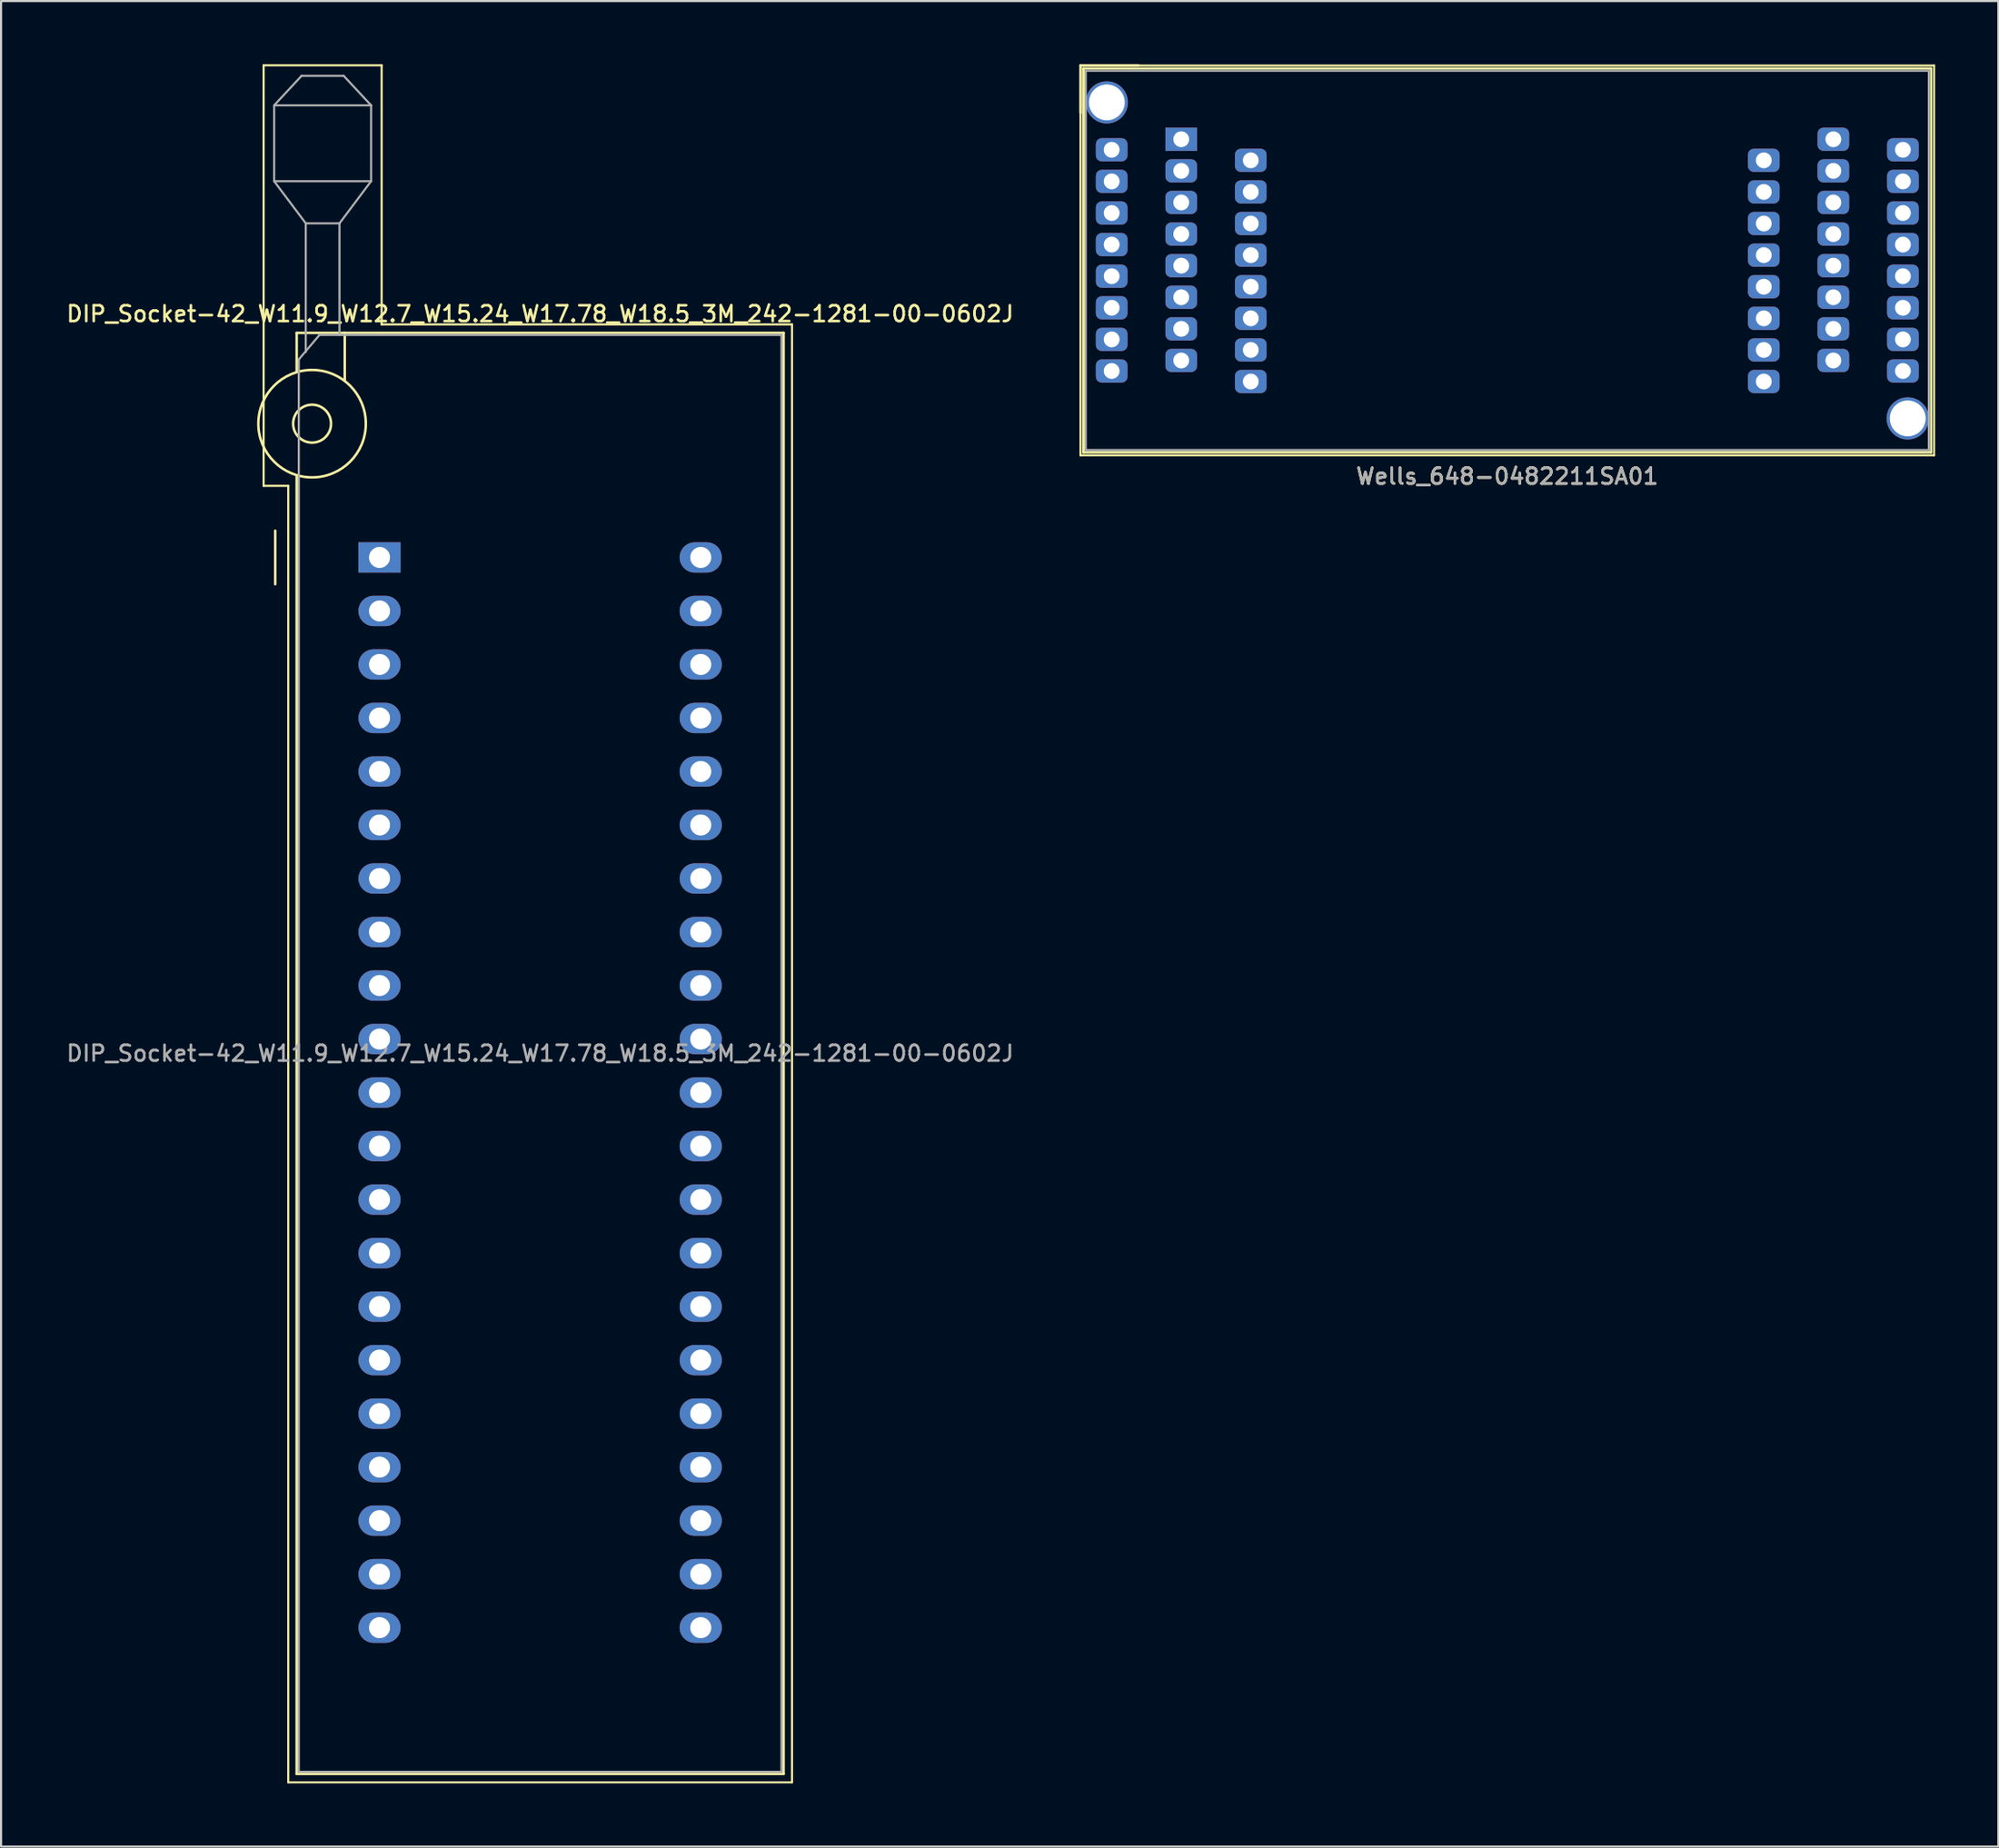
<source format=kicad_pcb>
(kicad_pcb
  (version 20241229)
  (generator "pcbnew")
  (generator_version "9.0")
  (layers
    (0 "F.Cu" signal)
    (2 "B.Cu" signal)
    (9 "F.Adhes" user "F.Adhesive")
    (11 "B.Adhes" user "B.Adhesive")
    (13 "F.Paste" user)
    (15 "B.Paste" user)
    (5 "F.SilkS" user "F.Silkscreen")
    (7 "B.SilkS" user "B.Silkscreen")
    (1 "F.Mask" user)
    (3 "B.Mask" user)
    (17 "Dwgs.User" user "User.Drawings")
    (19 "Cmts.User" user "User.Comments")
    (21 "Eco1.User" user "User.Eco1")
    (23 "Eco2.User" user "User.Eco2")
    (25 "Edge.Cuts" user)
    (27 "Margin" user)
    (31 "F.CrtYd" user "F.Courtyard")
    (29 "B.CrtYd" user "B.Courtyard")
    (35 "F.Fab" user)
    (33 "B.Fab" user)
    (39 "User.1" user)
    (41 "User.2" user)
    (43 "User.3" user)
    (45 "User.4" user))
  (footprint "Wells_648-0482211SA01"
    (layer "F.Cu")
    (at 52.994 3.56)
    (property "Reference" "Wells_648-0482211SA01" (at 15.47 16 0) (layer "F.SilkS") (effects (font (size 0.75 0.75) (thickness 0.125))))
    (attr through_hole)
    (fp_line (start -4.78 -3.5) (end -4.78 -1.25) (stroke (width 0.12) (type solid)) (layer "F.SilkS"))
    (fp_line (start -4.78 -3.5) (end -4.78 15) (stroke (width 0.1) (type solid)) (layer "F.SilkS"))
    (fp_line (start -4.78 -3.5) (end -2.03 -3.5) (stroke (width 0.12) (type solid)) (layer "F.SilkS"))
    (fp_line (start -4.78 15) (end 35.72 15) (stroke (width 0.1) (type solid)) (layer "F.SilkS"))
    (fp_line (start -4.64 -3.36) (end -4.64 14.86) (stroke (width 0.12) (type solid)) (layer "F.SilkS"))
    (fp_line (start -4.64 14.86) (end 35.58 14.86) (stroke (width 0.12) (type solid)) (layer "F.SilkS"))
    (fp_line (start 35.58 -3.36) (end -4.64 -3.36) (stroke (width 0.12) (type solid)) (layer "F.SilkS"))
    (fp_line (start 35.58 14.86) (end 35.58 -3.36) (stroke (width 0.12) (type solid)) (layer "F.SilkS"))
    (fp_line (start 35.72 -3.5) (end -4.78 -3.5) (stroke (width 0.1) (type solid)) (layer "F.SilkS"))
    (fp_line (start 35.72 15) (end 35.72 -3.5) (stroke (width 0.1) (type solid)) (layer "F.SilkS"))
    (fp_line (start -4.53 -3.25) (end 35.47 -3.25) (stroke (width 0.1) (type solid)) (layer "F.Fab"))
    (fp_line (start -4.53 14.75) (end -4.53 -3.25) (stroke (width 0.1) (type solid)) (layer "F.Fab"))
    (fp_line (start -4.53 14.75) (end 35.47 14.75) (stroke (width 0.1) (type solid)) (layer "F.Fab"))
    (fp_line (start 35.47 14.75) (end 35.47 -3.25) (stroke (width 0.1) (type solid)) (layer "F.Fab"))
    (fp_text user "${REFERENCE}" (at 15.47 16 0) (layer "F.Fab") (effects (font (size 0.75 0.75) (thickness 0.125))))
    (pad "" np_thru_hole circle (at -3.53 -1.75) (size 2 2) (drill 1.7) (layers "*.Cu" "*.Mask"))
    (pad "" np_thru_hole circle (at 34.47 13.25) (size 2 2) (drill 1.7) (layers "*.Cu" "*.Mask"))
    (pad "1" thru_hole rect (at 0 0) (size 1.5 1.1) (drill 0.75) (layers "*.Cu" "*.Mask"))
    (pad "2" thru_hole roundrect (at -3.3 0.5) (size 1.5 1.1) (drill 0.75) (layers "*.Cu" "*.Mask") (roundrect_rratio 0.25))
    (pad "3" thru_hole roundrect (at 3.3 1) (size 1.5 1.1) (drill 0.75) (layers "*.Cu" "*.Mask") (roundrect_rratio 0.25))
    (pad "4" thru_hole roundrect (at 0 1.5) (size 1.5 1.1) (drill 0.75) (layers "*.Cu" "*.Mask") (roundrect_rratio 0.25))
    (pad "5" thru_hole roundrect (at -3.3 2) (size 1.5 1.1) (drill 0.75) (layers "*.Cu" "*.Mask") (roundrect_rratio 0.25))
    (pad "6" thru_hole roundrect (at 3.3 2.5) (size 1.5 1.1) (drill 0.75) (layers "*.Cu" "*.Mask") (roundrect_rratio 0.25))
    (pad "7" thru_hole roundrect (at 0 3) (size 1.5 1.1) (drill 0.75) (layers "*.Cu" "*.Mask") (roundrect_rratio 0.25))
    (pad "8" thru_hole roundrect (at -3.3 3.5) (size 1.5 1.1) (drill 0.75) (layers "*.Cu" "*.Mask") (roundrect_rratio 0.25))
    (pad "9" thru_hole roundrect (at 3.3 4) (size 1.5 1.1) (drill 0.75) (layers "*.Cu" "*.Mask") (roundrect_rratio 0.25))
    (pad "10" thru_hole roundrect (at 0 4.5) (size 1.5 1.1) (drill 0.75) (layers "*.Cu" "*.Mask") (roundrect_rratio 0.25))
    (pad "11" thru_hole roundrect (at -3.3 5) (size 1.5 1.1) (drill 0.75) (layers "*.Cu" "*.Mask") (roundrect_rratio 0.25))
    (pad "12" thru_hole roundrect (at 3.3 5.5) (size 1.5 1.1) (drill 0.75) (layers "*.Cu" "*.Mask") (roundrect_rratio 0.25))
    (pad "13" thru_hole roundrect (at 0 6) (size 1.5 1.1) (drill 0.75) (layers "*.Cu" "*.Mask") (roundrect_rratio 0.25))
    (pad "14" thru_hole roundrect (at -3.3 6.5) (size 1.5 1.1) (drill 0.75) (layers "*.Cu" "*.Mask") (roundrect_rratio 0.25))
    (pad "15" thru_hole roundrect (at 3.3 7) (size 1.5 1.1) (drill 0.75) (layers "*.Cu" "*.Mask") (roundrect_rratio 0.25))
    (pad "16" thru_hole roundrect (at 0 7.5) (size 1.5 1.1) (drill 0.75) (layers "*.Cu" "*.Mask") (roundrect_rratio 0.25))
    (pad "17" thru_hole roundrect (at -3.3 8) (size 1.5 1.1) (drill 0.75) (layers "*.Cu" "*.Mask") (roundrect_rratio 0.25))
    (pad "18" thru_hole roundrect (at 3.3 8.5) (size 1.5 1.1) (drill 0.75) (layers "*.Cu" "*.Mask") (roundrect_rratio 0.25))
    (pad "19" thru_hole roundrect (at 0 9) (size 1.5 1.1) (drill 0.75) (layers "*.Cu" "*.Mask") (roundrect_rratio 0.25))
    (pad "20" thru_hole roundrect (at -3.3 9.5) (size 1.5 1.1) (drill 0.75) (layers "*.Cu" "*.Mask") (roundrect_rratio 0.25))
    (pad "21" thru_hole roundrect (at 3.3 10) (size 1.5 1.1) (drill 0.75) (layers "*.Cu" "*.Mask") (roundrect_rratio 0.25))
    (pad "22" thru_hole roundrect (at 0 10.5) (size 1.5 1.1) (drill 0.75) (layers "*.Cu" "*.Mask") (roundrect_rratio 0.25))
    (pad "23" thru_hole roundrect (at -3.3 11) (size 1.5 1.1) (drill 0.75) (layers "*.Cu" "*.Mask") (roundrect_rratio 0.25))
    (pad "24" thru_hole roundrect (at 3.3 11.5) (size 1.5 1.1) (drill 0.75) (layers "*.Cu" "*.Mask") (roundrect_rratio 0.25))
    (pad "25" thru_hole roundrect (at 27.64 11.5) (size 1.5 1.1) (drill 0.75) (layers "*.Cu" "*.Mask") (roundrect_rratio 0.25))
    (pad "26" thru_hole roundrect (at 34.24 11) (size 1.5 1.1) (drill 0.75) (layers "*.Cu" "*.Mask") (roundrect_rratio 0.25))
    (pad "27" thru_hole roundrect (at 30.94 10.5) (size 1.5 1.1) (drill 0.75) (layers "*.Cu" "*.Mask") (roundrect_rratio 0.25))
    (pad "28" thru_hole roundrect (at 27.64 10) (size 1.5 1.1) (drill 0.75) (layers "*.Cu" "*.Mask") (roundrect_rratio 0.25))
    (pad "29" thru_hole roundrect (at 34.24 9.5) (size 1.5 1.1) (drill 0.75) (layers "*.Cu" "*.Mask") (roundrect_rratio 0.25))
    (pad "30" thru_hole roundrect (at 30.94 9) (size 1.5 1.1) (drill 0.75) (layers "*.Cu" "*.Mask") (roundrect_rratio 0.25))
    (pad "31" thru_hole roundrect (at 27.64 8.5) (size 1.5 1.1) (drill 0.75) (layers "*.Cu" "*.Mask") (roundrect_rratio 0.25))
    (pad "32" thru_hole roundrect (at 34.24 8) (size 1.5 1.1) (drill 0.75) (layers "*.Cu" "*.Mask") (roundrect_rratio 0.25))
    (pad "33" thru_hole roundrect (at 30.94 7.5) (size 1.5 1.1) (drill 0.75) (layers "*.Cu" "*.Mask") (roundrect_rratio 0.25))
    (pad "34" thru_hole roundrect (at 27.64 7) (size 1.5 1.1) (drill 0.75) (layers "*.Cu" "*.Mask") (roundrect_rratio 0.25))
    (pad "35" thru_hole roundrect (at 34.24 6.5) (size 1.5 1.1) (drill 0.75) (layers "*.Cu" "*.Mask") (roundrect_rratio 0.25))
    (pad "36" thru_hole roundrect (at 30.94 6) (size 1.5 1.1) (drill 0.75) (layers "*.Cu" "*.Mask") (roundrect_rratio 0.25))
    (pad "37" thru_hole roundrect (at 27.64 5.5) (size 1.5 1.1) (drill 0.75) (layers "*.Cu" "*.Mask") (roundrect_rratio 0.25))
    (pad "38" thru_hole roundrect (at 34.24 5) (size 1.5 1.1) (drill 0.75) (layers "*.Cu" "*.Mask") (roundrect_rratio 0.25))
    (pad "39" thru_hole roundrect (at 30.94 4.5) (size 1.5 1.1) (drill 0.75) (layers "*.Cu" "*.Mask") (roundrect_rratio 0.25))
    (pad "40" thru_hole roundrect (at 27.64 4) (size 1.5 1.1) (drill 0.75) (layers "*.Cu" "*.Mask") (roundrect_rratio 0.25))
    (pad "41" thru_hole roundrect (at 34.24 3.5) (size 1.5 1.1) (drill 0.75) (layers "*.Cu" "*.Mask") (roundrect_rratio 0.25))
    (pad "42" thru_hole roundrect (at 30.94 3) (size 1.5 1.1) (drill 0.75) (layers "*.Cu" "*.Mask") (roundrect_rratio 0.25))
    (pad "43" thru_hole roundrect (at 27.64 2.5) (size 1.5 1.1) (drill 0.75) (layers "*.Cu" "*.Mask") (roundrect_rratio 0.25))
    (pad "44" thru_hole roundrect (at 34.24 2) (size 1.5 1.1) (drill 0.75) (layers "*.Cu" "*.Mask") (roundrect_rratio 0.25))
    (pad "45" thru_hole roundrect (at 30.94 1.5) (size 1.5 1.1) (drill 0.75) (layers "*.Cu" "*.Mask") (roundrect_rratio 0.25))
    (pad "46" thru_hole roundrect (at 27.64 1) (size 1.5 1.1) (drill 0.75) (layers "*.Cu" "*.Mask") (roundrect_rratio 0.25))
    (pad "47" thru_hole roundrect (at 34.24 0.5) (size 1.5 1.1) (drill 0.75) (layers "*.Cu" "*.Mask") (roundrect_rratio 0.25))
    (pad "48" thru_hole roundrect (at 30.94 0) (size 1.5 1.1) (drill 0.75) (layers "*.Cu" "*.Mask") (roundrect_rratio 0.25)))
  (footprint "DIP_Socket-42_W11.9_W12.7_W15.24_W17.78_W18.5_3M_242-1281-00-0602J"
    (layer "F.Cu")
    (at 14.957 23.41)
    (property "Reference" "DIP_Socket-42_W11.9_W12.7_W15.24_W17.78_W18.5_3M_242-1281-00-0602J" (at 7.62 -11.56 0) (layer "F.SilkS") (effects (font (size 0.75 0.75) (thickness 0.125))))
    (attr through_hole)
    (fp_line (start -5.5 -23.36) (end 0.1 -23.36) (stroke (width 0.1) (type solid)) (layer "F.SilkS"))
    (fp_line (start -5.5 -3.4) (end -5.5 -23.36) (stroke (width 0.1) (type solid)) (layer "F.SilkS"))
    (fp_line (start -4.95 1.27) (end -4.95 -1.27) (stroke (width 0.12) (type solid)) (layer "F.SilkS"))
    (fp_line (start -4.33 -3.4) (end -5.5 -3.4) (stroke (width 0.1) (type solid)) (layer "F.SilkS"))
    (fp_line (start -4.33 58.14) (end -4.33 -3.4) (stroke (width 0.1) (type solid)) (layer "F.SilkS"))
    (fp_line (start -3.93 -10.66) (end -3.93 -8.8) (stroke (width 0.12) (type solid)) (layer "F.SilkS"))
    (fp_line (start -3.93 -3.9) (end -3.93 57.74) (stroke (width 0.12) (type solid)) (layer "F.SilkS"))
    (fp_line (start -3.93 57.74) (end 19.17 57.74) (stroke (width 0.12) (type solid)) (layer "F.SilkS"))
    (fp_line (start -1.65 -10.66) (end -1.65 -8.4) (stroke (width 0.12) (type solid)) (layer "F.SilkS"))
    (fp_line (start 0.1 -23.36) (end 0.1 -11.06) (stroke (width 0.1) (type solid)) (layer "F.SilkS"))
    (fp_line (start 0.1 -11.06) (end 19.57 -11.06) (stroke (width 0.1) (type solid)) (layer "F.SilkS"))
    (fp_line (start 19.17 -10.66) (end -3.93 -10.66) (stroke (width 0.12) (type solid)) (layer "F.SilkS"))
    (fp_line (start 19.17 57.74) (end 19.17 -10.66) (stroke (width 0.12) (type solid)) (layer "F.SilkS"))
    (fp_line (start 19.57 -11.06) (end 19.57 58.14) (stroke (width 0.1) (type solid)) (layer "F.SilkS"))
    (fp_line (start 19.57 58.14) (end -4.33 58.14) (stroke (width 0.1) (type solid)) (layer "F.SilkS"))
    (fp_circle (center -3.2 -6.35) (end -2.3 -6.35) (stroke (width 0.12) (type solid)) (fill no) (layer "F.SilkS"))
    (fp_circle (center -3.2 -6.35) (end -0.65 -6.35) (stroke (width 0.12) (type solid)) (fill no) (layer "F.SilkS"))
    (fp_line (start -5 -21.46) (end -5 -17.86) (stroke (width 0.1) (type solid)) (layer "F.Fab"))
    (fp_line (start -5 -21.46) (end -3.7 -22.86) (stroke (width 0.1) (type solid)) (layer "F.Fab"))
    (fp_line (start -5 -17.86) (end -3.5 -15.86) (stroke (width 0.1) (type solid)) (layer "F.Fab"))
    (fp_line (start -5 -17.86) (end -0.4 -17.86) (stroke (width 0.1) (type solid)) (layer "F.Fab"))
    (fp_line (start -3.83 -9.4) (end -2.85 -10.56) (stroke (width 0.1) (type solid)) (layer "F.Fab"))
    (fp_line (start -3.83 57.64) (end -3.83 -9.4) (stroke (width 0.1) (type solid)) (layer "F.Fab"))
    (fp_line (start -3.7 -22.86) (end -1.7 -22.86) (stroke (width 0.1) (type solid)) (layer "F.Fab"))
    (fp_line (start -3.5 -15.86) (end -1.9 -15.86) (stroke (width 0.1) (type solid)) (layer "F.Fab"))
    (fp_line (start -3.5 -9.75) (end -3.5 -15.86) (stroke (width 0.1) (type solid)) (layer "F.Fab"))
    (fp_line (start -2.85 -10.56) (end 19.07 -10.56) (stroke (width 0.1) (type solid)) (layer "F.Fab"))
    (fp_line (start -1.9 -15.86) (end -1.9 -10.56) (stroke (width 0.1) (type solid)) (layer "F.Fab"))
    (fp_line (start -1.7 -22.86) (end -0.4 -21.46) (stroke (width 0.1) (type solid)) (layer "F.Fab"))
    (fp_line (start -0.4 -21.46) (end -5 -21.46) (stroke (width 0.1) (type solid)) (layer "F.Fab"))
    (fp_line (start -0.4 -17.86) (end -1.9 -15.86) (stroke (width 0.1) (type solid)) (layer "F.Fab"))
    (fp_line (start -0.4 -17.86) (end -0.4 -21.46) (stroke (width 0.1) (type solid)) (layer "F.Fab"))
    (fp_line (start 19.07 -10.56) (end 19.07 57.64) (stroke (width 0.1) (type solid)) (layer "F.Fab"))
    (fp_line (start 19.07 57.64) (end -3.83 57.64) (stroke (width 0.1) (type solid)) (layer "F.Fab"))
    (fp_text user "${REFERENCE}" (at 7.62 23.54 0) (layer "F.Fab") (effects (font (size 0.75 0.75) (thickness 0.125))))
    (pad "1" thru_hole rect (at 0 0) (size 2 1.44) (drill 1) (layers "*.Cu" "*.Mask"))
    (pad "2" thru_hole oval (at 0 2.54) (size 2 1.44) (drill 1) (layers "*.Cu" "*.Mask"))
    (pad "3" thru_hole oval (at 0 5.08) (size 2 1.44) (drill 1) (layers "*.Cu" "*.Mask"))
    (pad "4" thru_hole oval (at 0 7.62) (size 2 1.44) (drill 1) (layers "*.Cu" "*.Mask"))
    (pad "5" thru_hole oval (at 0 10.16) (size 2 1.44) (drill 1) (layers "*.Cu" "*.Mask"))
    (pad "6" thru_hole oval (at 0 12.7) (size 2 1.44) (drill 1) (layers "*.Cu" "*.Mask"))
    (pad "7" thru_hole oval (at 0 15.24) (size 2 1.44) (drill 1) (layers "*.Cu" "*.Mask"))
    (pad "8" thru_hole oval (at 0 17.78) (size 2 1.44) (drill 1) (layers "*.Cu" "*.Mask"))
    (pad "9" thru_hole oval (at 0 20.32) (size 2 1.44) (drill 1) (layers "*.Cu" "*.Mask"))
    (pad "10" thru_hole oval (at 0 22.86) (size 2 1.44) (drill 1) (layers "*.Cu" "*.Mask"))
    (pad "11" thru_hole oval (at 0 25.4) (size 2 1.44) (drill 1) (layers "*.Cu" "*.Mask"))
    (pad "12" thru_hole oval (at 0 27.94) (size 2 1.44) (drill 1) (layers "*.Cu" "*.Mask"))
    (pad "13" thru_hole oval (at 0 30.48) (size 2 1.44) (drill 1) (layers "*.Cu" "*.Mask"))
    (pad "14" thru_hole oval (at 0 33.02) (size 2 1.44) (drill 1) (layers "*.Cu" "*.Mask"))
    (pad "15" thru_hole oval (at 0 35.56) (size 2 1.44) (drill 1) (layers "*.Cu" "*.Mask"))
    (pad "16" thru_hole oval (at 0 38.1) (size 2 1.44) (drill 1) (layers "*.Cu" "*.Mask"))
    (pad "17" thru_hole oval (at 0 40.64) (size 2 1.44) (drill 1) (layers "*.Cu" "*.Mask"))
    (pad "18" thru_hole oval (at 0 43.18) (size 2 1.44) (drill 1) (layers "*.Cu" "*.Mask"))
    (pad "19" thru_hole oval (at 0 45.72) (size 2 1.44) (drill 1) (layers "*.Cu" "*.Mask"))
    (pad "20" thru_hole oval (at 0 48.26) (size 2 1.44) (drill 1) (layers "*.Cu" "*.Mask"))
    (pad "21" thru_hole oval (at 0 50.8) (size 2 1.44) (drill 1) (layers "*.Cu" "*.Mask"))
    (pad "22" thru_hole oval (at 15.24 50.8) (size 2 1.44) (drill 1) (layers "*.Cu" "*.Mask"))
    (pad "23" thru_hole oval (at 15.24 48.26) (size 2 1.44) (drill 1) (layers "*.Cu" "*.Mask"))
    (pad "24" thru_hole oval (at 15.24 45.72) (size 2 1.44) (drill 1) (layers "*.Cu" "*.Mask"))
    (pad "25" thru_hole oval (at 15.24 43.18) (size 2 1.44) (drill 1) (layers "*.Cu" "*.Mask"))
    (pad "26" thru_hole oval (at 15.24 40.64) (size 2 1.44) (drill 1) (layers "*.Cu" "*.Mask"))
    (pad "27" thru_hole oval (at 15.24 38.1) (size 2 1.44) (drill 1) (layers "*.Cu" "*.Mask"))
    (pad "28" thru_hole oval (at 15.24 35.56) (size 2 1.44) (drill 1) (layers "*.Cu" "*.Mask"))
    (pad "29" thru_hole oval (at 15.24 33.02) (size 2 1.44) (drill 1) (layers "*.Cu" "*.Mask"))
    (pad "30" thru_hole oval (at 15.24 30.48) (size 2 1.44) (drill 1) (layers "*.Cu" "*.Mask"))
    (pad "31" thru_hole oval (at 15.24 27.94) (size 2 1.44) (drill 1) (layers "*.Cu" "*.Mask"))
    (pad "32" thru_hole oval (at 15.24 25.4) (size 2 1.44) (drill 1) (layers "*.Cu" "*.Mask"))
    (pad "33" thru_hole oval (at 15.24 22.86) (size 2 1.44) (drill 1) (layers "*.Cu" "*.Mask"))
    (pad "34" thru_hole oval (at 15.24 20.32) (size 2 1.44) (drill 1) (layers "*.Cu" "*.Mask"))
    (pad "35" thru_hole oval (at 15.24 17.78) (size 2 1.44) (drill 1) (layers "*.Cu" "*.Mask"))
    (pad "36" thru_hole oval (at 15.24 15.24) (size 2 1.44) (drill 1) (layers "*.Cu" "*.Mask"))
    (pad "37" thru_hole oval (at 15.24 12.7) (size 2 1.44) (drill 1) (layers "*.Cu" "*.Mask"))
    (pad "38" thru_hole oval (at 15.24 10.16) (size 2 1.44) (drill 1) (layers "*.Cu" "*.Mask"))
    (pad "39" thru_hole oval (at 15.24 7.62) (size 2 1.44) (drill 1) (layers "*.Cu" "*.Mask"))
    (pad "40" thru_hole oval (at 15.24 5.08) (size 2 1.44) (drill 1) (layers "*.Cu" "*.Mask"))
    (pad "41" thru_hole oval (at 15.24 2.54) (size 2 1.44) (drill 1) (layers "*.Cu" "*.Mask"))
    (pad "42" thru_hole oval (at 15.24 0) (size 2 1.44) (drill 1) (layers "*.Cu" "*.Mask")))
  (gr_rect
    (start -3 -3)
    (end 91.764 84.6)
    (stroke (width 0.1) (type default))
    (fill no)
    (layer "Edge.Cuts")))
</source>
